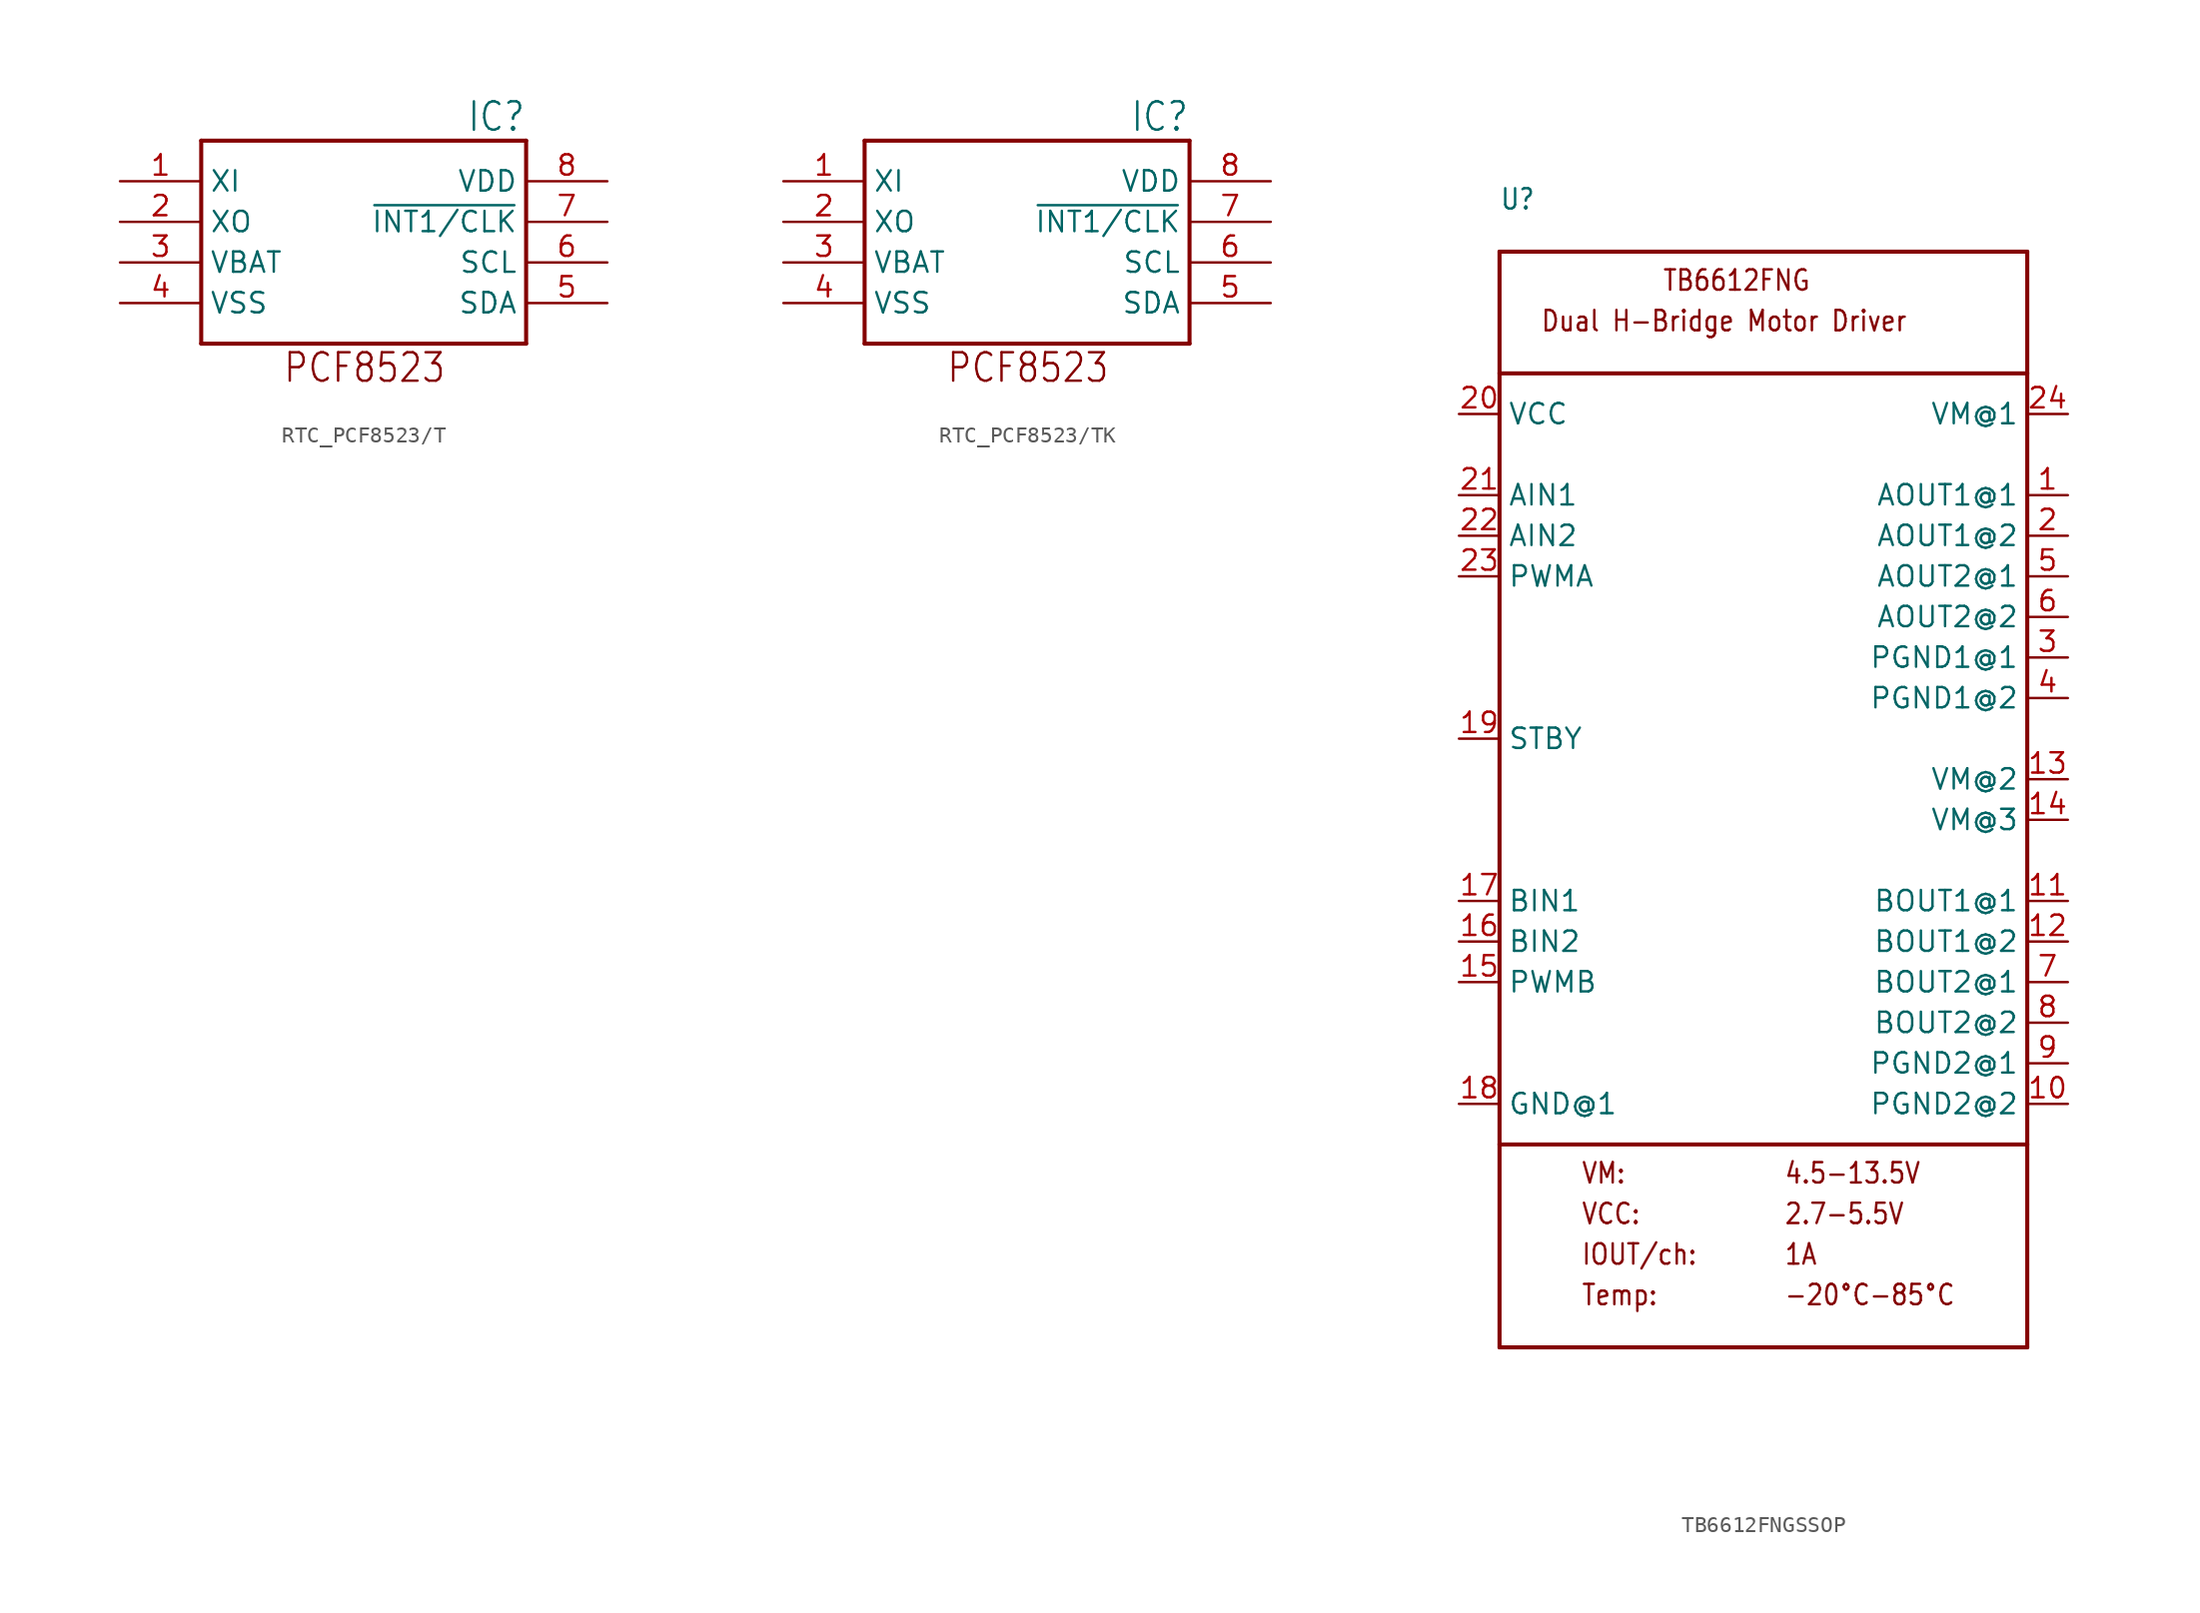
<source format=kicad_sym>
(kicad_symbol_lib
  (version 20241209)
  (generator "kicad_symbol_editor")
  (generator_version "9.0")
  (symbol "RTC_PCF8523/T"
    (property "Reference" "IC"
      (at 10.16 7.62 0)
      (effects (font (size 1.778 1.511)) (justify right top)))
    (property "ki_locked" ""
      (at 0 0 0)
      (effects (font (size 1.27 1.27))))
    (symbol "RTC_PCF8523/T_1_0"
      (polyline (pts (xy -10.16 5.08) (xy 10.16 5.08)) (stroke (width 0.254) (type solid)) (fill (type none)))
      (polyline (pts (xy -10.16 -7.62) (xy -10.16 5.08)) (stroke (width 0.254) (type solid)) (fill (type none)))
      (polyline (pts (xy 10.16 5.08) (xy 10.16 -7.62)) (stroke (width 0.254) (type solid)) (fill (type none)))
      (polyline (pts (xy 10.16 -7.62) (xy -10.16 -7.62)) (stroke (width 0.254) (type solid)) (fill (type none)))
      (text "PCF8523" (at -5.08 -10.16 0) (effects (font (size 1.778 1.511)) (justify left bottom)))
      (pin input line (at -15.24 2.54 0) (length 5.08) (name "XI" (effects (font (size 1.27 1.27)))) (number "1" (effects (font (size 1.27 1.27)))))
      (pin output line (at -15.24 0 0) (length 5.08) (name "XO" (effects (font (size 1.27 1.27)))) (number "2" (effects (font (size 1.27 1.27)))))
      (pin power_in line (at -15.24 -2.54 0) (length 5.08) (name "VBAT" (effects (font (size 1.27 1.27)))) (number "3" (effects (font (size 1.27 1.27)))))
      (pin power_in line (at -15.24 -5.08 0) (length 5.08) (name "VSS" (effects (font (size 1.27 1.27)))) (number "4" (effects (font (size 1.27 1.27)))))
      (pin power_in line (at 15.24 2.54 180) (length 5.08) (name "VDD" (effects (font (size 1.27 1.27)))) (number "8" (effects (font (size 1.27 1.27)))))
      (pin output line (at 15.24 0 180) (length 5.08) (name "~{INT1/CLK}" (effects (font (size 1.27 1.27)))) (number "7" (effects (font (size 1.27 1.27)))))
      (pin bidirectional line (at 15.24 -2.54 180) (length 5.08) (name "SCL" (effects (font (size 1.27 1.27)))) (number "6" (effects (font (size 1.27 1.27)))))
      (pin bidirectional line (at 15.24 -5.08 180) (length 5.08) (name "SDA" (effects (font (size 1.27 1.27)))) (number "5" (effects (font (size 1.27 1.27)))))))
  (symbol "RTC_PCF8523/TK"
    (property "Reference" "IC"
      (at 10.16 7.62 0)
      (effects (font (size 1.778 1.511)) (justify right top)))
    (property "ki_locked" ""
      (at 0 0 0)
      (effects (font (size 1.27 1.27))))
    (symbol "RTC_PCF8523/TK_1_0"
      (polyline (pts (xy -10.16 5.08) (xy 10.16 5.08)) (stroke (width 0.254) (type solid)) (fill (type none)))
      (polyline (pts (xy -10.16 -7.62) (xy -10.16 5.08)) (stroke (width 0.254) (type solid)) (fill (type none)))
      (polyline (pts (xy 10.16 5.08) (xy 10.16 -7.62)) (stroke (width 0.254) (type solid)) (fill (type none)))
      (polyline (pts (xy 10.16 -7.62) (xy -10.16 -7.62)) (stroke (width 0.254) (type solid)) (fill (type none)))
      (text "PCF8523" (at -5.08 -10.16 0) (effects (font (size 1.778 1.511)) (justify left bottom)))
      (pin input line (at -15.24 2.54 0) (length 5.08) (name "XI" (effects (font (size 1.27 1.27)))) (number "1" (effects (font (size 1.27 1.27)))))
      (pin output line (at -15.24 0 0) (length 5.08) (name "XO" (effects (font (size 1.27 1.27)))) (number "2" (effects (font (size 1.27 1.27)))))
      (pin power_in line (at -15.24 -2.54 0) (length 5.08) (name "VBAT" (effects (font (size 1.27 1.27)))) (number "3" (effects (font (size 1.27 1.27)))))
      (pin power_in line (at -15.24 -5.08 0) (length 5.08) (name "VSS" (effects (font (size 1.27 1.27)))) (number "4" (effects (font (size 1.27 1.27)))))
      (pin power_in line (at 15.24 2.54 180) (length 5.08) (name "VDD" (effects (font (size 1.27 1.27)))) (number "8" (effects (font (size 1.27 1.27)))))
      (pin output line (at 15.24 0 180) (length 5.08) (name "~{INT1/CLK}" (effects (font (size 1.27 1.27)))) (number "7" (effects (font (size 1.27 1.27)))))
      (pin bidirectional line (at 15.24 -2.54 180) (length 5.08) (name "SCL" (effects (font (size 1.27 1.27)))) (number "6" (effects (font (size 1.27 1.27)))))
      (pin bidirectional line (at 15.24 -5.08 180) (length 5.08) (name "SDA" (effects (font (size 1.27 1.27)))) (number "5" (effects (font (size 1.27 1.27)))))))
  (symbol "TB6612FNGSSOP"
    (property "Reference" "U"
      (at -15.24 35.56 0)
      (effects (font (size 1.27 1.079)) (justify left bottom)))
    (property "Value" ""
      (at -15.24 -38.1 0)
      (effects (font (size 1.27 1.079)) (justify left bottom)))
    (property "ki_locked" ""
      (at 0 0 0)
      (effects (font (size 1.27 1.27))))
    (symbol "TB6612FNGSSOP_1_0"
      (polyline (pts (xy -15.24 33.02) (xy 17.78 33.02)) (stroke (width 0.254) (type solid)) (fill (type none)))
      (polyline (pts (xy -15.24 25.4) (xy -15.24 33.02)) (stroke (width 0.254) (type solid)) (fill (type none)))
      (polyline (pts (xy -15.24 25.4) (xy 17.78 25.4)) (stroke (width 0.254) (type solid)) (fill (type none)))
      (polyline (pts (xy -15.24 -22.86) (xy -15.24 25.4)) (stroke (width 0.254) (type solid)) (fill (type none)))
      (polyline (pts (xy -15.24 -22.86) (xy -15.24 -35.56)) (stroke (width 0.254) (type solid)) (fill (type none)))
      (polyline (pts (xy -15.24 -35.56) (xy 17.78 -35.56)) (stroke (width 0.254) (type solid)) (fill (type none)))
      (polyline (pts (xy 17.78 33.02) (xy 17.78 25.4)) (stroke (width 0.254) (type solid)) (fill (type none)))
      (polyline (pts (xy 17.78 25.4) (xy 17.78 -22.86)) (stroke (width 0.254) (type solid)) (fill (type none)))
      (polyline (pts (xy 17.78 -22.86) (xy -15.24 -22.86)) (stroke (width 0.254) (type solid)) (fill (type none)))
      (polyline (pts (xy 17.78 -35.56) (xy 17.78 -22.86)) (stroke (width 0.254) (type solid)) (fill (type none)))
      (text "Dual H-Bridge Motor Driver" (at -12.7 27.94 0) (effects (font (size 1.27 1.079)) (justify left bottom)))
      (text "VM:" (at -10.16 -25.4 0) (effects (font (size 1.27 1.079)) (justify left bottom)))
      (text "VCC:" (at -10.16 -27.94 0) (effects (font (size 1.27 1.079)) (justify left bottom)))
      (text "IOUT/ch:" (at -10.16 -30.48 0) (effects (font (size 1.27 1.079)) (justify left bottom)))
      (text "Temp:" (at -10.16 -33.02 0) (effects (font (size 1.27 1.079)) (justify left bottom)))
      (text "TB6612FNG" (at -5.08 30.48 0) (effects (font (size 1.27 1.079)) (justify left bottom)))
      (text "4.5-13.5V" (at 2.54 -25.4 0) (effects (font (size 1.27 1.079)) (justify left bottom)))
      (text "2.7-5.5V" (at 2.54 -27.94 0) (effects (font (size 1.27 1.079)) (justify left bottom)))
      (text "1A" (at 2.54 -30.48 0) (effects (font (size 1.27 1.079)) (justify left bottom)))
      (text "-20°C-85°C" (at 2.54 -33.02 0) (effects (font (size 1.27 1.079)) (justify left bottom)))
      (pin power_in line (at -17.78 22.86 0) (length 2.54) (name "VCC" (effects (font (size 1.27 1.27)))) (number "20" (effects (font (size 1.27 1.27)))))
      (pin input line (at -17.78 17.78 0) (length 2.54) (name "AIN1" (effects (font (size 1.27 1.27)))) (number "21" (effects (font (size 1.27 1.27)))))
      (pin input line (at -17.78 15.24 0) (length 2.54) (name "AIN2" (effects (font (size 1.27 1.27)))) (number "22" (effects (font (size 1.27 1.27)))))
      (pin input line (at -17.78 12.7 0) (length 2.54) (name "PWMA" (effects (font (size 1.27 1.27)))) (number "23" (effects (font (size 1.27 1.27)))))
      (pin input line (at -17.78 2.54 0) (length 2.54) (name "STBY" (effects (font (size 1.27 1.27)))) (number "19" (effects (font (size 1.27 1.27)))))
      (pin input line (at -17.78 -7.62 0) (length 2.54) (name "BIN1" (effects (font (size 1.27 1.27)))) (number "17" (effects (font (size 1.27 1.27)))))
      (pin input line (at -17.78 -10.16 0) (length 2.54) (name "BIN2" (effects (font (size 1.27 1.27)))) (number "16" (effects (font (size 1.27 1.27)))))
      (pin input line (at -17.78 -12.7 0) (length 2.54) (name "PWMB" (effects (font (size 1.27 1.27)))) (number "15" (effects (font (size 1.27 1.27)))))
      (pin power_in line (at -17.78 -20.32 0) (length 2.54) (name "GND@1" (effects (font (size 1.27 1.27)))) (number "18" (effects (font (size 1.27 1.27)))))
      (pin power_in line (at 20.32 22.86 180) (length 2.54) (name "VM@1" (effects (font (size 1.27 1.27)))) (number "24" (effects (font (size 1.27 1.27)))))
      (pin output line (at 20.32 17.78 180) (length 2.54) (name "AOUT1@1" (effects (font (size 1.27 1.27)))) (number "1" (effects (font (size 1.27 1.27)))))
      (pin output line (at 20.32 15.24 180) (length 2.54) (name "AOUT1@2" (effects (font (size 1.27 1.27)))) (number "2" (effects (font (size 1.27 1.27)))))
      (pin output line (at 20.32 12.7 180) (length 2.54) (name "AOUT2@1" (effects (font (size 1.27 1.27)))) (number "5" (effects (font (size 1.27 1.27)))))
      (pin output line (at 20.32 10.16 180) (length 2.54) (name "AOUT2@2" (effects (font (size 1.27 1.27)))) (number "6" (effects (font (size 1.27 1.27)))))
      (pin power_in line (at 20.32 7.62 180) (length 2.54) (name "PGND1@1" (effects (font (size 1.27 1.27)))) (number "3" (effects (font (size 1.27 1.27)))))
      (pin power_in line (at 20.32 5.08 180) (length 2.54) (name "PGND1@2" (effects (font (size 1.27 1.27)))) (number "4" (effects (font (size 1.27 1.27)))))
      (pin power_in line (at 20.32 0 180) (length 2.54) (name "VM@2" (effects (font (size 1.27 1.27)))) (number "13" (effects (font (size 1.27 1.27)))))
      (pin power_in line (at 20.32 -2.54 180) (length 2.54) (name "VM@3" (effects (font (size 1.27 1.27)))) (number "14" (effects (font (size 1.27 1.27)))))
      (pin output line (at 20.32 -7.62 180) (length 2.54) (name "BOUT1@1" (effects (font (size 1.27 1.27)))) (number "11" (effects (font (size 1.27 1.27)))))
      (pin output line (at 20.32 -10.16 180) (length 2.54) (name "BOUT1@2" (effects (font (size 1.27 1.27)))) (number "12" (effects (font (size 1.27 1.27)))))
      (pin output line (at 20.32 -12.7 180) (length 2.54) (name "BOUT2@1" (effects (font (size 1.27 1.27)))) (number "7" (effects (font (size 1.27 1.27)))))
      (pin output line (at 20.32 -15.24 180) (length 2.54) (name "BOUT2@2" (effects (font (size 1.27 1.27)))) (number "8" (effects (font (size 1.27 1.27)))))
      (pin power_in line (at 20.32 -17.78 180) (length 2.54) (name "PGND2@1" (effects (font (size 1.27 1.27)))) (number "9" (effects (font (size 1.27 1.27)))))
      (pin power_in line (at 20.32 -20.32 180) (length 2.54) (name "PGND2@2" (effects (font (size 1.27 1.27)))) (number "10" (effects (font (size 1.27 1.27))))))))
</source>
